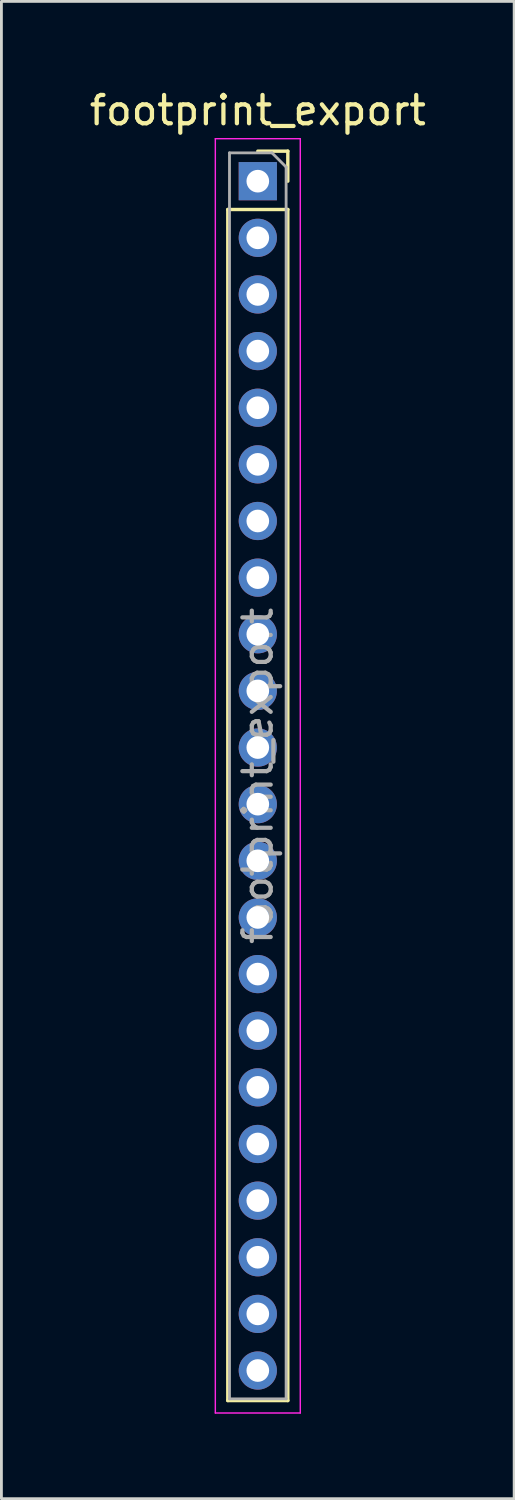
<source format=kicad_pcb>
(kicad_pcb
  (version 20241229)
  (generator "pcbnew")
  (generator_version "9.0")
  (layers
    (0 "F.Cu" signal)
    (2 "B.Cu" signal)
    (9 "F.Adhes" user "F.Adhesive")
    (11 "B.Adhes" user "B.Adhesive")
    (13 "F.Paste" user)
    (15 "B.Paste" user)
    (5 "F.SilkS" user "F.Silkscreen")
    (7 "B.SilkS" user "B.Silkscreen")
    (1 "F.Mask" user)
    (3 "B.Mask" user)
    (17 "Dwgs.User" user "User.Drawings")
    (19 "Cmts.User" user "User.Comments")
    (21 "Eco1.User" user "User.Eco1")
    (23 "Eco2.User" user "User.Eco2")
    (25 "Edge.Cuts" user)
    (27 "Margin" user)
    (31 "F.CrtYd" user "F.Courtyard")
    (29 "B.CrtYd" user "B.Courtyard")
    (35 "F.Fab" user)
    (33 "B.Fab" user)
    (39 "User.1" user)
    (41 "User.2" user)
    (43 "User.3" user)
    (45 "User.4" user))
  (footprint "footprint_export"
    (layer "F.Cu")
    (at 6.054 3.348)
    (property "Reference" "footprint_export" (at 0 -2.5 0) (layer "F.SilkS") (effects (font (size 1 1) (thickness 0.15))))
    (attr through_hole)
    (fp_line (start -1.06 1) (end -1.06 43.06) (stroke (width 0.12) (type solid)) (layer "F.SilkS"))
    (fp_line (start -1.06 1) (end 1.06 1) (stroke (width 0.12) (type solid)) (layer "F.SilkS"))
    (fp_line (start -1.06 43.06) (end 1.06 43.06) (stroke (width 0.12) (type solid)) (layer "F.SilkS"))
    (fp_line (start 0 -1.06) (end 1.06 -1.06) (stroke (width 0.12) (type solid)) (layer "F.SilkS"))
    (fp_line (start 1.06 -1.06) (end 1.06 0) (stroke (width 0.12) (type solid)) (layer "F.SilkS"))
    (fp_line (start 1.06 1) (end 1.06 43.06) (stroke (width 0.12) (type solid)) (layer "F.SilkS"))
    (fp_line (start -1.5 -1.5) (end 1.5 -1.5) (stroke (width 0.05) (type solid)) (layer "F.CrtYd"))
    (fp_line (start -1.5 43.5) (end -1.5 -1.5) (stroke (width 0.05) (type solid)) (layer "F.CrtYd"))
    (fp_line (start 1.5 -1.5) (end 1.5 43.5) (stroke (width 0.05) (type solid)) (layer "F.CrtYd"))
    (fp_line (start 1.5 43.5) (end -1.5 43.5) (stroke (width 0.05) (type solid)) (layer "F.CrtYd"))
    (fp_line (start -1 -1) (end 0.5 -1) (stroke (width 0.1) (type solid)) (layer "F.Fab"))
    (fp_line (start -1 43) (end -1 -1) (stroke (width 0.1) (type solid)) (layer "F.Fab"))
    (fp_line (start 0.5 -1) (end 1 -0.5) (stroke (width 0.1) (type solid)) (layer "F.Fab"))
    (fp_line (start 1 -0.5) (end 1 43) (stroke (width 0.1) (type solid)) (layer "F.Fab"))
    (fp_line (start 1 43) (end -1 43) (stroke (width 0.1) (type solid)) (layer "F.Fab"))
    (fp_text user "${REFERENCE}" (at 0 21 90) (layer "F.Fab") (effects (font (size 1 1) (thickness 0.15))))
    (pad "1" thru_hole rect (at 0 0) (size 1.35 1.35) (drill 0.8) (layers "*.Cu" "*.Mask"))
    (pad "2" thru_hole oval (at 0 2) (size 1.35 1.35) (drill 0.8) (layers "*.Cu" "*.Mask"))
    (pad "3" thru_hole oval (at 0 4) (size 1.35 1.35) (drill 0.8) (layers "*.Cu" "*.Mask"))
    (pad "4" thru_hole oval (at 0 6) (size 1.35 1.35) (drill 0.8) (layers "*.Cu" "*.Mask"))
    (pad "5" thru_hole oval (at 0 8) (size 1.35 1.35) (drill 0.8) (layers "*.Cu" "*.Mask"))
    (pad "6" thru_hole oval (at 0 10) (size 1.35 1.35) (drill 0.8) (layers "*.Cu" "*.Mask"))
    (pad "7" thru_hole oval (at 0 12) (size 1.35 1.35) (drill 0.8) (layers "*.Cu" "*.Mask"))
    (pad "8" thru_hole oval (at 0 14) (size 1.35 1.35) (drill 0.8) (layers "*.Cu" "*.Mask"))
    (pad "9" thru_hole oval (at 0 16) (size 1.35 1.35) (drill 0.8) (layers "*.Cu" "*.Mask"))
    (pad "10" thru_hole oval (at 0 18) (size 1.35 1.35) (drill 0.8) (layers "*.Cu" "*.Mask"))
    (pad "11" thru_hole oval (at 0 20) (size 1.35 1.35) (drill 0.8) (layers "*.Cu" "*.Mask"))
    (pad "12" thru_hole oval (at 0 22) (size 1.35 1.35) (drill 0.8) (layers "*.Cu" "*.Mask"))
    (pad "13" thru_hole oval (at 0 24) (size 1.35 1.35) (drill 0.8) (layers "*.Cu" "*.Mask"))
    (pad "14" thru_hole oval (at 0 26) (size 1.35 1.35) (drill 0.8) (layers "*.Cu" "*.Mask"))
    (pad "15" thru_hole oval (at 0 28) (size 1.35 1.35) (drill 0.8) (layers "*.Cu" "*.Mask"))
    (pad "16" thru_hole oval (at 0 30) (size 1.35 1.35) (drill 0.8) (layers "*.Cu" "*.Mask"))
    (pad "17" thru_hole oval (at 0 32) (size 1.35 1.35) (drill 0.8) (layers "*.Cu" "*.Mask"))
    (pad "18" thru_hole oval (at 0 34) (size 1.35 1.35) (drill 0.8) (layers "*.Cu" "*.Mask"))
    (pad "19" thru_hole oval (at 0 36) (size 1.35 1.35) (drill 0.8) (layers "*.Cu" "*.Mask"))
    (pad "20" thru_hole oval (at 0 38) (size 1.35 1.35) (drill 0.8) (layers "*.Cu" "*.Mask"))
    (pad "21" thru_hole oval (at 0 40) (size 1.35 1.35) (drill 0.8) (layers "*.Cu" "*.Mask"))
    (pad "22" thru_hole oval (at 0 42) (size 1.35 1.35) (drill 0.8) (layers "*.Cu" "*.Mask")))
  (gr_rect
    (start -3 -3)
    (end 15.107 49.873)
    (stroke (width 0.1) (type default))
    (fill no)
    (layer "Edge.Cuts")))
</source>
